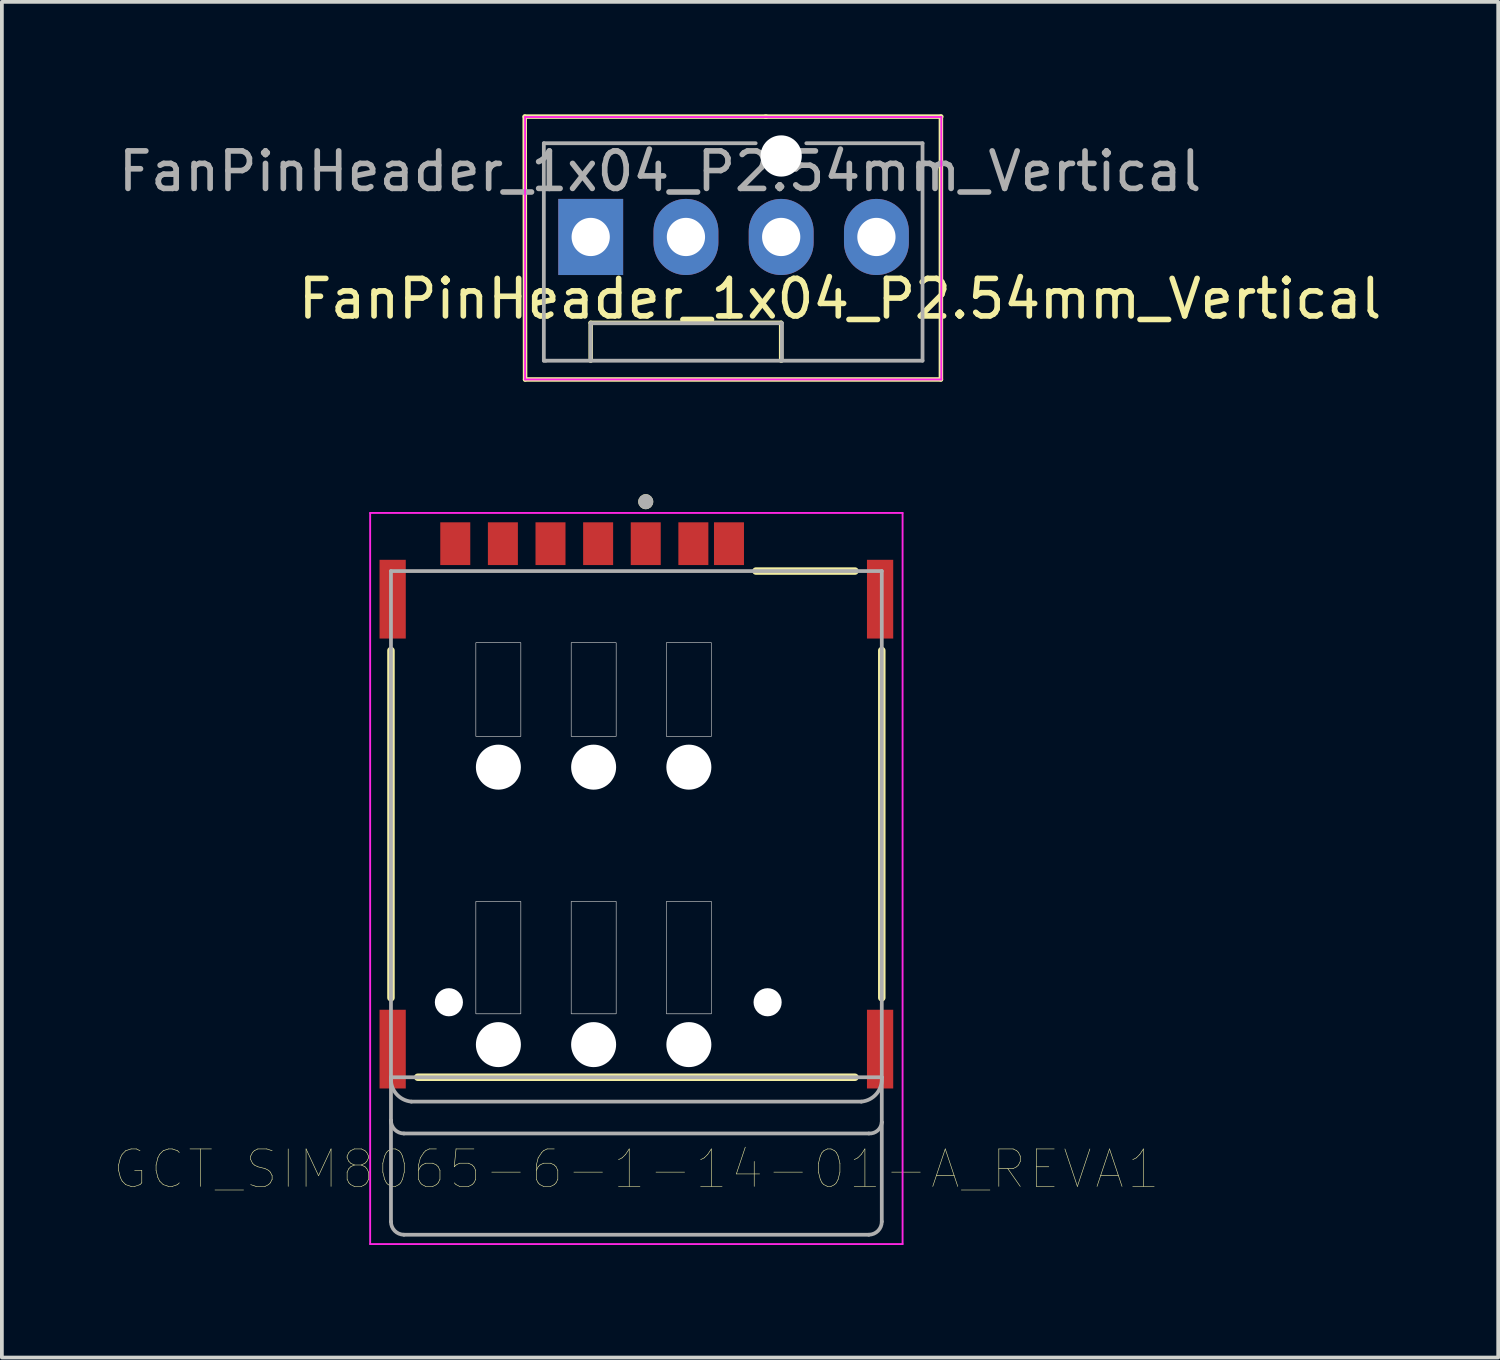
<source format=kicad_pcb>
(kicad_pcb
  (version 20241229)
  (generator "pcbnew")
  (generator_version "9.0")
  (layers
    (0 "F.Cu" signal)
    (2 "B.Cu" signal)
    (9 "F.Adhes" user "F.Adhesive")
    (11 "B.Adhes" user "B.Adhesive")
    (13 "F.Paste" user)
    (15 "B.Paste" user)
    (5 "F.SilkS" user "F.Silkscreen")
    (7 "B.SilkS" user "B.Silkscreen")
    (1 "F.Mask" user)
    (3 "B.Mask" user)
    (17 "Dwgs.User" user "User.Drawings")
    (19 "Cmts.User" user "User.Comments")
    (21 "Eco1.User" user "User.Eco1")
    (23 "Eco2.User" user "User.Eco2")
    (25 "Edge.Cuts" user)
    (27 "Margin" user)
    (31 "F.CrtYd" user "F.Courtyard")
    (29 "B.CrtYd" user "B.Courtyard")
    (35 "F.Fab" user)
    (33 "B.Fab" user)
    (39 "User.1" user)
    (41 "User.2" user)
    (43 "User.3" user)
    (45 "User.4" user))
  (footprint "FanPinHeader_1x04_P2.54mm_Vertical"
    (layer "F.Cu")
    (at 12.704 3.27)
    (property "Reference" "FanPinHeader_1x04_P2.54mm_Vertical" (at 6.65 1.65 0) (layer "F.SilkS") (effects (font (size 1 1) (thickness 0.15))))
    (fp_line (start -1.76 -3.21) (end 4.68 -3.21) (stroke (width 0.12) (type solid)) (layer "F.SilkS"))
    (fp_line (start -1.75 3.8) (end -1.76 -3.21) (stroke (width 0.12) (type solid)) (layer "F.SilkS"))
    (fp_line (start 0 2.29) (end 5.08 2.29) (stroke (width 0.12) (type solid)) (layer "F.SilkS"))
    (fp_line (start 0 3.3) (end 0 2.29) (stroke (width 0.12) (type solid)) (layer "F.SilkS"))
    (fp_line (start 4.66 -3.21) (end 9.35 -3.21) (stroke (width 0.12) (type solid)) (layer "F.SilkS"))
    (fp_line (start 5.08 2.29) (end 5.08 3.3) (stroke (width 0.12) (type solid)) (layer "F.SilkS"))
    (fp_line (start 9.34 -3.21) (end 9.34 3.8) (stroke (width 0.12) (type solid)) (layer "F.SilkS"))
    (fp_line (start 9.34 3.8) (end -1.75 3.8) (stroke (width 0.12) (type solid)) (layer "F.SilkS"))
    (fp_line (start -1.75 3.8) (end -1.75 -3.2) (stroke (width 0.05) (type solid)) (layer "F.CrtYd"))
    (fp_line (start -1.75 3.8) (end 9.35 3.8) (stroke (width 0.05) (type solid)) (layer "F.CrtYd"))
    (fp_line (start 9.35 -3.2) (end -1.75 -3.2) (stroke (width 0.05) (type solid)) (layer "F.CrtYd"))
    (fp_line (start 9.35 -3.2) (end 9.35 3.8) (stroke (width 0.05) (type solid)) (layer "F.CrtYd"))
    (fp_line (start -1.25 -2.5) (end 4.4 -2.5) (stroke (width 0.1) (type solid)) (layer "F.Fab"))
    (fp_line (start -1.25 3.3) (end -1.25 -2.5) (stroke (width 0.1) (type solid)) (layer "F.Fab"))
    (fp_line (start -1.2 3.3) (end -1.25 3.3) (stroke (width 0.1) (type solid)) (layer "F.Fab"))
    (fp_line (start 0 2.3) (end 0 3.3) (stroke (width 0.1) (type solid)) (layer "F.Fab"))
    (fp_line (start 5.1 2.3) (end 0 2.3) (stroke (width 0.1) (type solid)) (layer "F.Fab"))
    (fp_line (start 5.1 3.3) (end 5.1 2.3) (stroke (width 0.1) (type solid)) (layer "F.Fab"))
    (fp_line (start 5.75 -2.5) (end 8.85 -2.5) (stroke (width 0.1) (type solid)) (layer "F.Fab"))
    (fp_line (start 8.85 -2.5) (end 8.85 3.3) (stroke (width 0.1) (type solid)) (layer "F.Fab"))
    (fp_line (start 8.85 3.3) (end -1.2 3.3) (stroke (width 0.1) (type solid)) (layer "F.Fab"))
    (fp_text user "${REFERENCE}" (at 1.85 -1.75 0) (layer "F.Fab") (effects (font (size 1 1) (thickness 0.15))))
    (pad "" np_thru_hole circle (at 5.08 -2.16 90) (size 1.1 1.1) (drill 1.1) (layers "*.Cu" "*.Mask"))
    (pad "1" thru_hole rect (at 0 0 90) (size 2.03 1.73) (drill 1.02) (layers "*.Cu" "*.Mask"))
    (pad "2" thru_hole oval (at 2.54 0 90) (size 2.03 1.73) (drill 1.02) (layers "*.Cu" "*.Mask"))
    (pad "3" thru_hole oval (at 5.08 0 90) (size 2.03 1.73) (drill 1.02) (layers "*.Cu" "*.Mask"))
    (pad "4" thru_hole oval (at 7.62 0 90) (size 2.03 1.73) (drill 1.02) (layers "*.Cu" "*.Mask")))
  (footprint "GCT_SIM8065-6-1-14-01-A_REVA1"
    (layer "F.Cu")
    (at 13.922 18.93)
    (property "Reference" "GCT_SIM8065-6-1-14-01-A_REVA1" (at 0 9.2 0) (layer "F.SilkS") (effects (font (size 1 1) (thickness 0.015))))
    (fp_line (start -6.545 -4.63) (end -6.545 4.63) (stroke (width 0.2) (type solid)) (layer "F.SilkS"))
    (fp_line (start -5.83 6.75) (end 5.83 6.75) (stroke (width 0.2) (type solid)) (layer "F.SilkS"))
    (fp_line (start 3.19 -6.75) (end 5.83 -6.75) (stroke (width 0.2) (type solid)) (layer "F.SilkS"))
    (fp_line (start 6.545 -4.63) (end 6.545 4.63) (stroke (width 0.2) (type solid)) (layer "F.SilkS"))
    (fp_circle (center 0.25 -8.6) (end 0.35 -8.6) (stroke (width 0.2) (type solid)) (fill no) (layer "F.SilkS"))
    (fp_poly (pts (xy -4.28 -4.84) (xy -3.08 -4.84) (xy -3.08 -2.34) (xy -4.28 -2.34)) (stroke (width 0.01) (type solid)) (fill no) (layer "Dwgs.User"))
    (fp_poly (pts (xy -4.28 -4.84) (xy -3.08 -4.84) (xy -3.08 -2.34) (xy -4.28 -2.34)) (stroke (width 0.01) (type solid)) (fill no) (layer "Dwgs.User"))
    (fp_poly (pts (xy -4.28 2.06) (xy -3.08 2.06) (xy -3.08 5.06) (xy -4.28 5.06)) (stroke (width 0.01) (type solid)) (fill no) (layer "Dwgs.User"))
    (fp_poly (pts (xy -4.28 2.06) (xy -3.08 2.06) (xy -3.08 5.06) (xy -4.28 5.06)) (stroke (width 0.01) (type solid)) (fill no) (layer "Dwgs.User"))
    (fp_poly (pts (xy -1.74 -4.84) (xy -0.54 -4.84) (xy -0.54 -2.34) (xy -1.74 -2.34)) (stroke (width 0.01) (type solid)) (fill no) (layer "Dwgs.User"))
    (fp_poly (pts (xy -1.74 -4.84) (xy -0.54 -4.84) (xy -0.54 -2.34) (xy -1.74 -2.34)) (stroke (width 0.01) (type solid)) (fill no) (layer "Dwgs.User"))
    (fp_poly (pts (xy -1.74 2.06) (xy -0.54 2.06) (xy -0.54 5.06) (xy -1.74 5.06)) (stroke (width 0.01) (type solid)) (fill no) (layer "Dwgs.User"))
    (fp_poly (pts (xy -1.74 2.06) (xy -0.54 2.06) (xy -0.54 5.06) (xy -1.74 5.06)) (stroke (width 0.01) (type solid)) (fill no) (layer "Dwgs.User"))
    (fp_poly (pts (xy 0.8 -4.84) (xy 2 -4.84) (xy 2 -2.34) (xy 0.8 -2.34)) (stroke (width 0.01) (type solid)) (fill no) (layer "Dwgs.User"))
    (fp_poly (pts (xy 0.8 -4.84) (xy 2 -4.84) (xy 2 -2.34) (xy 0.8 -2.34)) (stroke (width 0.01) (type solid)) (fill no) (layer "Dwgs.User"))
    (fp_poly (pts (xy 0.8 2.06) (xy 2 2.06) (xy 2 5.06) (xy 0.8 5.06)) (stroke (width 0.01) (type solid)) (fill no) (layer "Dwgs.User"))
    (fp_poly (pts (xy 0.8 2.06) (xy 2 2.06) (xy 2 5.06) (xy 0.8 5.06)) (stroke (width 0.01) (type solid)) (fill no) (layer "Dwgs.User"))
    (fp_line (start -7.1 -8.3) (end 7.1 -8.3) (stroke (width 0.05) (type solid)) (layer "F.CrtYd"))
    (fp_line (start -7.1 11.2) (end -7.1 -8.3) (stroke (width 0.05) (type solid)) (layer "F.CrtYd"))
    (fp_line (start 7.1 -8.3) (end 7.1 11.2) (stroke (width 0.05) (type solid)) (layer "F.CrtYd"))
    (fp_line (start 7.1 11.2) (end -7.1 11.2) (stroke (width 0.05) (type solid)) (layer "F.CrtYd"))
    (fp_line (start -6.545 -6.75) (end 6.545 -6.75) (stroke (width 0.1) (type solid)) (layer "F.Fab"))
    (fp_line (start -6.545 6.75) (end -6.545 -6.75) (stroke (width 0.1) (type solid)) (layer "F.Fab"))
    (fp_line (start -6.545 6.75) (end -6.545 7.9) (stroke (width 0.1) (type solid)) (layer "F.Fab"))
    (fp_line (start -6.545 7.9) (end -6.545 10.6) (stroke (width 0.1) (type solid)) (layer "F.Fab"))
    (fp_line (start -6.2 8.25) (end 6.2 8.25) (stroke (width 0.1) (type solid)) (layer "F.Fab"))
    (fp_line (start -6.2 10.95) (end 6.2 10.95) (stroke (width 0.1) (type solid)) (layer "F.Fab"))
    (fp_line (start -6 7.4) (end 6 7.4) (stroke (width 0.1) (type solid)) (layer "F.Fab"))
    (fp_line (start 6.545 -6.75) (end 6.545 6.75) (stroke (width 0.1) (type solid)) (layer "F.Fab"))
    (fp_line (start 6.545 6.75) (end -6.545 6.75) (stroke (width 0.1) (type solid)) (layer "F.Fab"))
    (fp_line (start 6.545 6.75) (end 6.545 7.95) (stroke (width 0.1) (type solid)) (layer "F.Fab"))
    (fp_line (start 6.545 7.95) (end 6.545 10.6) (stroke (width 0.1) (type solid)) (layer "F.Fab"))
    (fp_arc (start -6.2 8.25) (mid -6.444987 8.146452) (end -6.545 7.9) (stroke (width 0.1) (type solid)) (layer "F.Fab"))
    (fp_arc (start -6.2 10.95) (mid -6.444987 10.846452) (end -6.545 10.6) (stroke (width 0.1) (type solid)) (layer "F.Fab"))
    (fp_arc (start -6 7.4) (mid -6.407119 7.187873) (end -6.545 6.75) (stroke (width 0.1) (type solid)) (layer "F.Fab"))
    (fp_arc (start 6.545 6.75) (mid 6.407119 7.187873) (end 6 7.4) (stroke (width 0.1) (type solid)) (layer "F.Fab"))
    (fp_arc (start 6.545 7.95) (mid 6.434632 8.171452) (end 6.2 8.25) (stroke (width 0.1) (type solid)) (layer "F.Fab"))
    (fp_arc (start 6.545 10.6) (mid 6.444987 10.846452) (end 6.2 10.95) (stroke (width 0.1) (type solid)) (layer "F.Fab"))
    (fp_circle (center 0.25 -8.6) (end 0.35 -8.6) (stroke (width 0.2) (type solid)) (fill no) (layer "F.Fab"))
    (pad "" np_thru_hole circle (at -5 4.75) (size 0.75 0.75) (drill 0.75) (layers "*.Cu" "*.Mask"))
    (pad "" np_thru_hole circle (at -3.68 -1.52) (size 1.2 1.2) (drill 1.2) (layers "*.Cu" "*.Mask"))
    (pad "" np_thru_hole circle (at -3.68 5.88) (size 1.2 1.2) (drill 1.2) (layers "*.Cu" "*.Mask"))
    (pad "" np_thru_hole circle (at -1.14 -1.52) (size 1.2 1.2) (drill 1.2) (layers "*.Cu" "*.Mask"))
    (pad "" np_thru_hole circle (at -1.14 5.88) (size 1.2 1.2) (drill 1.2) (layers "*.Cu" "*.Mask"))
    (pad "" np_thru_hole circle (at 1.4 -1.52) (size 1.2 1.2) (drill 1.2) (layers "*.Cu" "*.Mask"))
    (pad "" np_thru_hole circle (at 1.4 5.88) (size 1.2 1.2) (drill 1.2) (layers "*.Cu" "*.Mask"))
    (pad "" np_thru_hole circle (at 3.5 4.75) (size 0.75 0.75) (drill 0.75) (layers "*.Cu" "*.Mask"))
    (pad "C1" smd rect (at 0.25 -7.48) (size 0.8 1.14) (layers "F.Cu" "F.Mask" "F.Paste"))
    (pad "C2" smd rect (at -2.29 -7.48) (size 0.8 1.14) (layers "F.Cu" "F.Mask" "F.Paste"))
    (pad "C3" smd rect (at -4.83 -7.48) (size 0.8 1.14) (layers "F.Cu" "F.Mask" "F.Paste"))
    (pad "C5" smd rect (at 1.52 -7.48) (size 0.8 1.14) (layers "F.Cu" "F.Mask" "F.Paste"))
    (pad "C6" smd rect (at -1.02 -7.48) (size 0.8 1.14) (layers "F.Cu" "F.Mask" "F.Paste"))
    (pad "C7" smd rect (at -3.56 -7.48) (size 0.8 1.14) (layers "F.Cu" "F.Mask" "F.Paste"))
    (pad "CD" smd rect (at 2.47 -7.48) (size 0.8 1.14) (layers "F.Cu" "F.Mask" "F.Paste"))
    (pad "G1" smd rect (at -6.5 -6) (size 0.7 2.1) (layers "F.Cu" "F.Mask" "F.Paste"))
    (pad "G2" smd rect (at 6.5 -6) (size 0.7 2.1) (layers "F.Cu" "F.Mask" "F.Paste"))
    (pad "G3" smd rect (at -6.5 6) (size 0.7 2.1) (layers "F.Cu" "F.Mask" "F.Paste"))
    (pad "G4" smd rect (at 6.5 6) (size 0.7 2.1) (layers "F.Cu" "F.Mask" "F.Paste")))
  (gr_rect
    (start -3 -3)
    (end 36.907 33.155)
    (stroke (width 0.1) (type default))
    (fill no)
    (layer "Edge.Cuts")))
</source>
